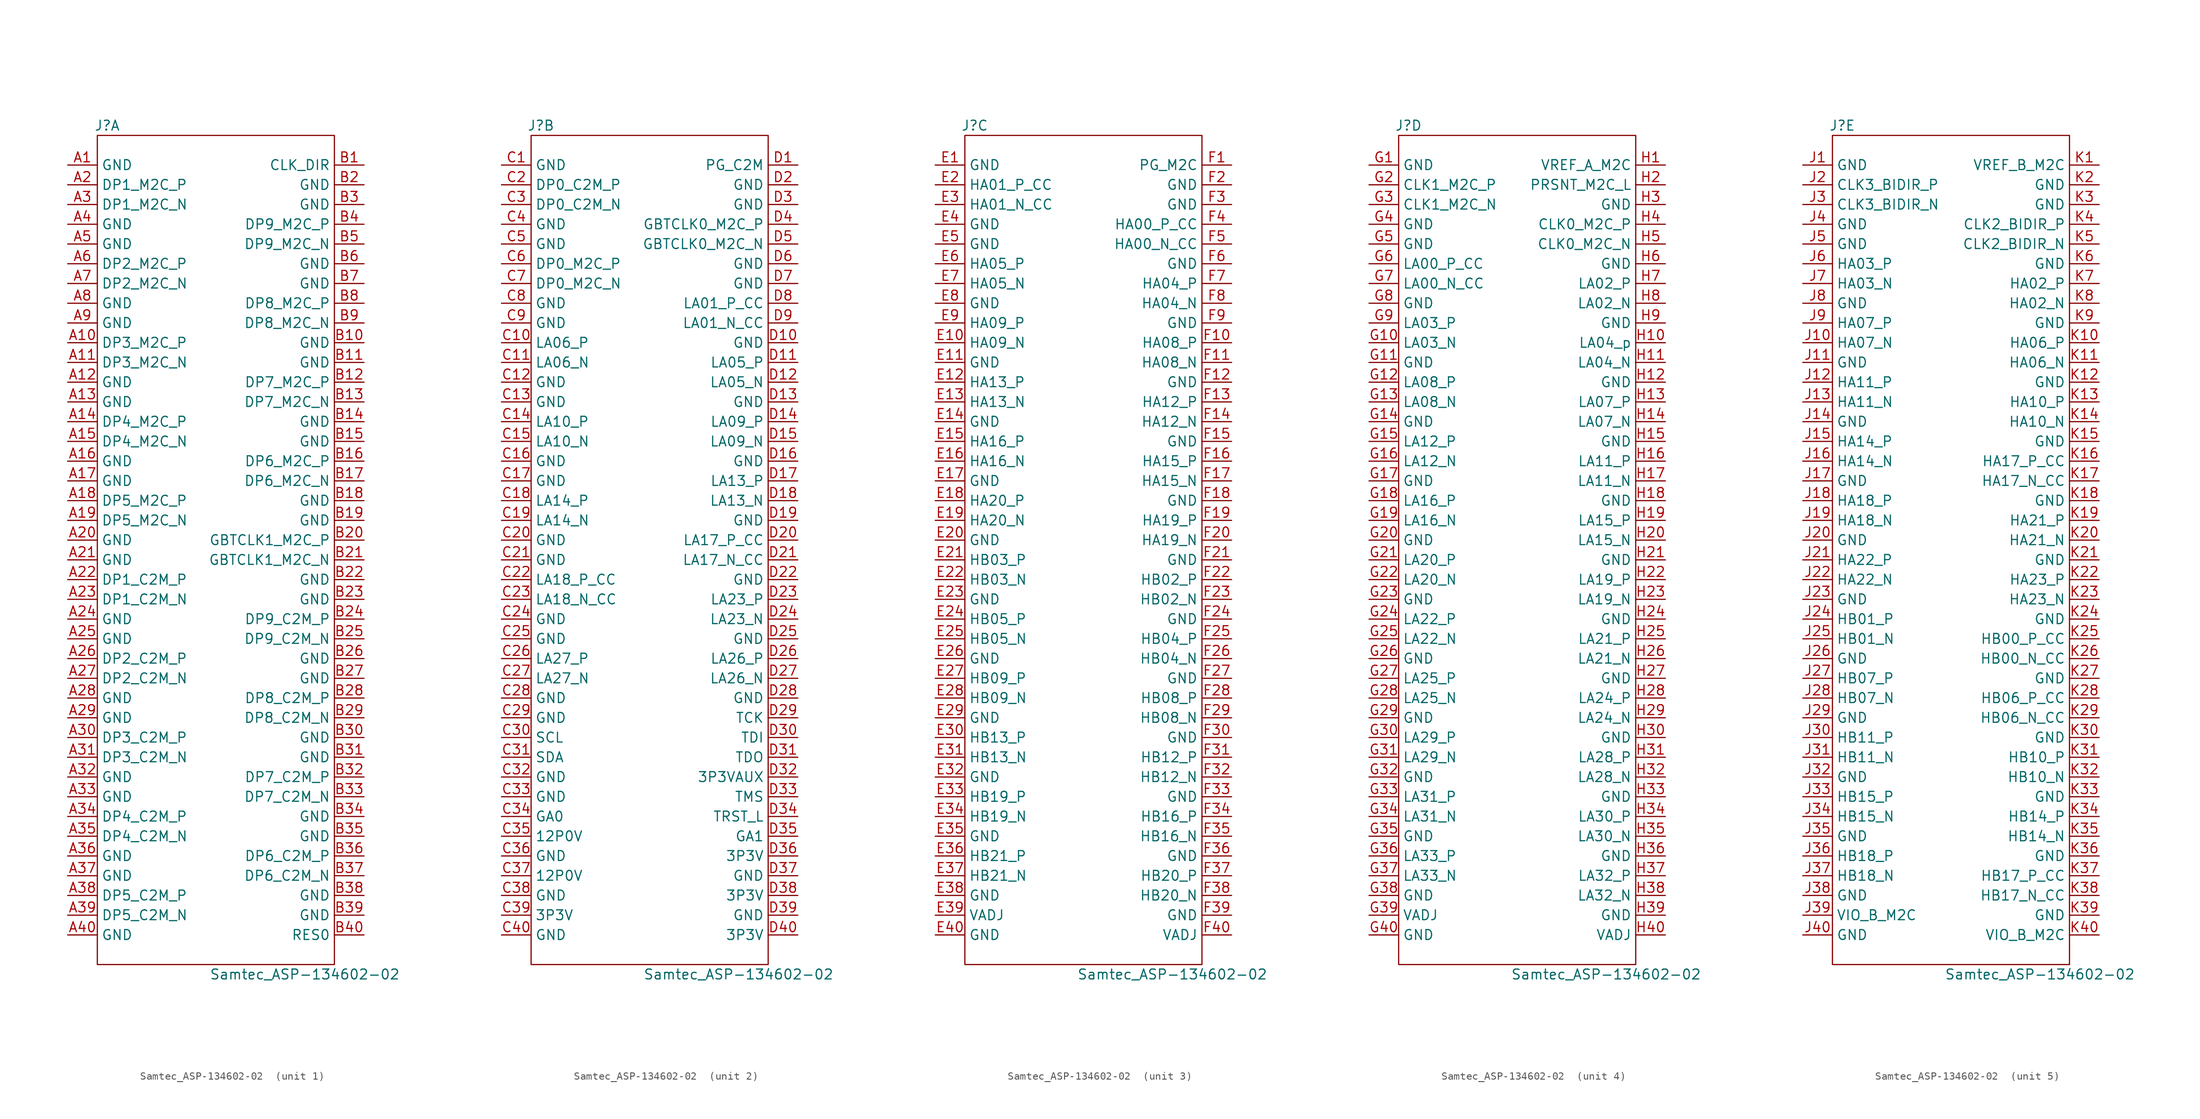
<source format=kicad_sym>
(kicad_symbol_lib
  (version 20211014)
  (generator kicad_symbol_editor)
  (symbol "Samtec_ASP-134602-02 "
    (property "Reference" "J"
      (at -13.97 54.61 0)
      (effects (font (size 1.27 1.27))))
    (property "Value" "Samtec_ASP-134602-02 "
      (at 11.43 -54.61 0)
      (effects (font (size 1.27 1.27))))
    (property "ki_locked" ""
      (at 0 0 0)
      (effects (font (size 1.27 1.27))))
    (symbol "Samtec_ASP-134602-02 _0_1"
      (rectangle (start -15.24 53.34) (end 15.24 -53.34) (stroke (width 0) (type default) (color 0 0 0 0)) (fill (type none))))
    (symbol "Samtec_ASP-134602-02 _1_1"
      (pin passive line (at -19.05 49.53 0) (length 3.81) (name "GND" (effects (font (size 1.27 1.27)))) (number "A1" (effects (font (size 1.27 1.27)))))
      (pin passive line (at -19.05 26.67 0) (length 3.81) (name "DP3_M2C_P" (effects (font (size 1.27 1.27)))) (number "A10" (effects (font (size 1.27 1.27)))))
      (pin passive line (at -19.05 24.13 0) (length 3.81) (name "DP3_M2C_N" (effects (font (size 1.27 1.27)))) (number "A11" (effects (font (size 1.27 1.27)))))
      (pin passive line (at -19.05 21.59 0) (length 3.81) (name "GND" (effects (font (size 1.27 1.27)))) (number "A12" (effects (font (size 1.27 1.27)))))
      (pin passive line (at -19.05 19.05 0) (length 3.81) (name "GND" (effects (font (size 1.27 1.27)))) (number "A13" (effects (font (size 1.27 1.27)))))
      (pin passive line (at -19.05 16.51 0) (length 3.81) (name "DP4_M2C_P" (effects (font (size 1.27 1.27)))) (number "A14" (effects (font (size 1.27 1.27)))))
      (pin passive line (at -19.05 13.97 0) (length 3.81) (name "DP4_M2C_N" (effects (font (size 1.27 1.27)))) (number "A15" (effects (font (size 1.27 1.27)))))
      (pin passive line (at -19.05 11.43 0) (length 3.81) (name "GND" (effects (font (size 1.27 1.27)))) (number "A16" (effects (font (size 1.27 1.27)))))
      (pin passive line (at -19.05 8.89 0) (length 3.81) (name "GND" (effects (font (size 1.27 1.27)))) (number "A17" (effects (font (size 1.27 1.27)))))
      (pin passive line (at -19.05 6.35 0) (length 3.81) (name "DP5_M2C_P" (effects (font (size 1.27 1.27)))) (number "A18" (effects (font (size 1.27 1.27)))))
      (pin passive line (at -19.05 3.81 0) (length 3.81) (name "DP5_M2C_N" (effects (font (size 1.27 1.27)))) (number "A19" (effects (font (size 1.27 1.27)))))
      (pin passive line (at -19.05 46.99 0) (length 3.81) (name "DP1_M2C_P" (effects (font (size 1.27 1.27)))) (number "A2" (effects (font (size 1.27 1.27)))))
      (pin passive line (at -19.05 1.27 0) (length 3.81) (name "GND" (effects (font (size 1.27 1.27)))) (number "A20" (effects (font (size 1.27 1.27)))))
      (pin passive line (at -19.05 -1.27 0) (length 3.81) (name "GND" (effects (font (size 1.27 1.27)))) (number "A21" (effects (font (size 1.27 1.27)))))
      (pin passive line (at -19.05 -3.81 0) (length 3.81) (name "DP1_C2M_P" (effects (font (size 1.27 1.27)))) (number "A22" (effects (font (size 1.27 1.27)))))
      (pin passive line (at -19.05 -6.35 0) (length 3.81) (name "DP1_C2M_N" (effects (font (size 1.27 1.27)))) (number "A23" (effects (font (size 1.27 1.27)))))
      (pin passive line (at -19.05 -8.89 0) (length 3.81) (name "GND" (effects (font (size 1.27 1.27)))) (number "A24" (effects (font (size 1.27 1.27)))))
      (pin passive line (at -19.05 -11.43 0) (length 3.81) (name "GND" (effects (font (size 1.27 1.27)))) (number "A25" (effects (font (size 1.27 1.27)))))
      (pin passive line (at -19.05 -13.97 0) (length 3.81) (name "DP2_C2M_P" (effects (font (size 1.27 1.27)))) (number "A26" (effects (font (size 1.27 1.27)))))
      (pin passive line (at -19.05 -16.51 0) (length 3.81) (name "DP2_C2M_N" (effects (font (size 1.27 1.27)))) (number "A27" (effects (font (size 1.27 1.27)))))
      (pin passive line (at -19.05 -19.05 0) (length 3.81) (name "GND" (effects (font (size 1.27 1.27)))) (number "A28" (effects (font (size 1.27 1.27)))))
      (pin passive line (at -19.05 -21.59 0) (length 3.81) (name "GND" (effects (font (size 1.27 1.27)))) (number "A29" (effects (font (size 1.27 1.27)))))
      (pin passive line (at -19.05 44.45 0) (length 3.81) (name "DP1_M2C_N" (effects (font (size 1.27 1.27)))) (number "A3" (effects (font (size 1.27 1.27)))))
      (pin passive line (at -19.05 -24.13 0) (length 3.81) (name "DP3_C2M_P" (effects (font (size 1.27 1.27)))) (number "A30" (effects (font (size 1.27 1.27)))))
      (pin passive line (at -19.05 -26.67 0) (length 3.81) (name "DP3_C2M_N" (effects (font (size 1.27 1.27)))) (number "A31" (effects (font (size 1.27 1.27)))))
      (pin passive line (at -19.05 -29.21 0) (length 3.81) (name "GND" (effects (font (size 1.27 1.27)))) (number "A32" (effects (font (size 1.27 1.27)))))
      (pin passive line (at -19.05 -31.75 0) (length 3.81) (name "GND" (effects (font (size 1.27 1.27)))) (number "A33" (effects (font (size 1.27 1.27)))))
      (pin passive line (at -19.05 -34.29 0) (length 3.81) (name "DP4_C2M_P" (effects (font (size 1.27 1.27)))) (number "A34" (effects (font (size 1.27 1.27)))))
      (pin passive line (at -19.05 -36.83 0) (length 3.81) (name "DP4_C2M_N" (effects (font (size 1.27 1.27)))) (number "A35" (effects (font (size 1.27 1.27)))))
      (pin passive line (at -19.05 -39.37 0) (length 3.81) (name "GND" (effects (font (size 1.27 1.27)))) (number "A36" (effects (font (size 1.27 1.27)))))
      (pin passive line (at -19.05 -41.91 0) (length 3.81) (name "GND" (effects (font (size 1.27 1.27)))) (number "A37" (effects (font (size 1.27 1.27)))))
      (pin passive line (at -19.05 -44.45 0) (length 3.81) (name "DP5_C2M_P" (effects (font (size 1.27 1.27)))) (number "A38" (effects (font (size 1.27 1.27)))))
      (pin passive line (at -19.05 -46.99 0) (length 3.81) (name "DP5_C2M_N" (effects (font (size 1.27 1.27)))) (number "A39" (effects (font (size 1.27 1.27)))))
      (pin passive line (at -19.05 41.91 0) (length 3.81) (name "GND" (effects (font (size 1.27 1.27)))) (number "A4" (effects (font (size 1.27 1.27)))))
      (pin passive line (at -19.05 -49.53 0) (length 3.81) (name "GND" (effects (font (size 1.27 1.27)))) (number "A40" (effects (font (size 1.27 1.27)))))
      (pin passive line (at -19.05 39.37 0) (length 3.81) (name "GND" (effects (font (size 1.27 1.27)))) (number "A5" (effects (font (size 1.27 1.27)))))
      (pin passive line (at -19.05 36.83 0) (length 3.81) (name "DP2_M2C_P" (effects (font (size 1.27 1.27)))) (number "A6" (effects (font (size 1.27 1.27)))))
      (pin passive line (at -19.05 34.29 0) (length 3.81) (name "DP2_M2C_N" (effects (font (size 1.27 1.27)))) (number "A7" (effects (font (size 1.27 1.27)))))
      (pin passive line (at -19.05 31.75 0) (length 3.81) (name "GND" (effects (font (size 1.27 1.27)))) (number "A8" (effects (font (size 1.27 1.27)))))
      (pin passive line (at -19.05 29.21 0) (length 3.81) (name "GND" (effects (font (size 1.27 1.27)))) (number "A9" (effects (font (size 1.27 1.27)))))
      (pin passive line (at 19.05 49.53 180) (length 3.81) (name "CLK_DIR" (effects (font (size 1.27 1.27)))) (number "B1" (effects (font (size 1.27 1.27)))))
      (pin passive line (at 19.05 26.67 180) (length 3.81) (name "GND" (effects (font (size 1.27 1.27)))) (number "B10" (effects (font (size 1.27 1.27)))))
      (pin passive line (at 19.05 24.13 180) (length 3.81) (name "GND" (effects (font (size 1.27 1.27)))) (number "B11" (effects (font (size 1.27 1.27)))))
      (pin passive line (at 19.05 21.59 180) (length 3.81) (name "DP7_M2C_P" (effects (font (size 1.27 1.27)))) (number "B12" (effects (font (size 1.27 1.27)))))
      (pin passive line (at 19.05 19.05 180) (length 3.81) (name "DP7_M2C_N" (effects (font (size 1.27 1.27)))) (number "B13" (effects (font (size 1.27 1.27)))))
      (pin passive line (at 19.05 16.51 180) (length 3.81) (name "GND" (effects (font (size 1.27 1.27)))) (number "B14" (effects (font (size 1.27 1.27)))))
      (pin passive line (at 19.05 13.97 180) (length 3.81) (name "GND" (effects (font (size 1.27 1.27)))) (number "B15" (effects (font (size 1.27 1.27)))))
      (pin passive line (at 19.05 11.43 180) (length 3.81) (name "DP6_M2C_P" (effects (font (size 1.27 1.27)))) (number "B16" (effects (font (size 1.27 1.27)))))
      (pin passive line (at 19.05 8.89 180) (length 3.81) (name "DP6_M2C_N" (effects (font (size 1.27 1.27)))) (number "B17" (effects (font (size 1.27 1.27)))))
      (pin passive line (at 19.05 6.35 180) (length 3.81) (name "GND" (effects (font (size 1.27 1.27)))) (number "B18" (effects (font (size 1.27 1.27)))))
      (pin passive line (at 19.05 3.81 180) (length 3.81) (name "GND" (effects (font (size 1.27 1.27)))) (number "B19" (effects (font (size 1.27 1.27)))))
      (pin passive line (at 19.05 46.99 180) (length 3.81) (name "GND" (effects (font (size 1.27 1.27)))) (number "B2" (effects (font (size 1.27 1.27)))))
      (pin passive line (at 19.05 1.27 180) (length 3.81) (name "GBTCLK1_M2C_P" (effects (font (size 1.27 1.27)))) (number "B20" (effects (font (size 1.27 1.27)))))
      (pin passive line (at 19.05 -1.27 180) (length 3.81) (name "GBTCLK1_M2C_N" (effects (font (size 1.27 1.27)))) (number "B21" (effects (font (size 1.27 1.27)))))
      (pin passive line (at 19.05 -3.81 180) (length 3.81) (name "GND" (effects (font (size 1.27 1.27)))) (number "B22" (effects (font (size 1.27 1.27)))))
      (pin passive line (at 19.05 -6.35 180) (length 3.81) (name "GND" (effects (font (size 1.27 1.27)))) (number "B23" (effects (font (size 1.27 1.27)))))
      (pin passive line (at 19.05 -8.89 180) (length 3.81) (name "DP9_C2M_P" (effects (font (size 1.27 1.27)))) (number "B24" (effects (font (size 1.27 1.27)))))
      (pin passive line (at 19.05 -11.43 180) (length 3.81) (name "DP9_C2M_N" (effects (font (size 1.27 1.27)))) (number "B25" (effects (font (size 1.27 1.27)))))
      (pin passive line (at 19.05 -13.97 180) (length 3.81) (name "GND" (effects (font (size 1.27 1.27)))) (number "B26" (effects (font (size 1.27 1.27)))))
      (pin passive line (at 19.05 -16.51 180) (length 3.81) (name "GND" (effects (font (size 1.27 1.27)))) (number "B27" (effects (font (size 1.27 1.27)))))
      (pin passive line (at 19.05 -19.05 180) (length 3.81) (name "DP8_C2M_P" (effects (font (size 1.27 1.27)))) (number "B28" (effects (font (size 1.27 1.27)))))
      (pin passive line (at 19.05 -21.59 180) (length 3.81) (name "DP8_C2M_N" (effects (font (size 1.27 1.27)))) (number "B29" (effects (font (size 1.27 1.27)))))
      (pin passive line (at 19.05 44.45 180) (length 3.81) (name "GND" (effects (font (size 1.27 1.27)))) (number "B3" (effects (font (size 1.27 1.27)))))
      (pin passive line (at 19.05 -24.13 180) (length 3.81) (name "GND" (effects (font (size 1.27 1.27)))) (number "B30" (effects (font (size 1.27 1.27)))))
      (pin passive line (at 19.05 -26.67 180) (length 3.81) (name "GND" (effects (font (size 1.27 1.27)))) (number "B31" (effects (font (size 1.27 1.27)))))
      (pin passive line (at 19.05 -29.21 180) (length 3.81) (name "DP7_C2M_P" (effects (font (size 1.27 1.27)))) (number "B32" (effects (font (size 1.27 1.27)))))
      (pin passive line (at 19.05 -31.75 180) (length 3.81) (name "DP7_C2M_N" (effects (font (size 1.27 1.27)))) (number "B33" (effects (font (size 1.27 1.27)))))
      (pin passive line (at 19.05 -34.29 180) (length 3.81) (name "GND" (effects (font (size 1.27 1.27)))) (number "B34" (effects (font (size 1.27 1.27)))))
      (pin passive line (at 19.05 -36.83 180) (length 3.81) (name "GND" (effects (font (size 1.27 1.27)))) (number "B35" (effects (font (size 1.27 1.27)))))
      (pin passive line (at 19.05 -39.37 180) (length 3.81) (name "DP6_C2M_P" (effects (font (size 1.27 1.27)))) (number "B36" (effects (font (size 1.27 1.27)))))
      (pin passive line (at 19.05 -41.91 180) (length 3.81) (name "DP6_C2M_N" (effects (font (size 1.27 1.27)))) (number "B37" (effects (font (size 1.27 1.27)))))
      (pin passive line (at 19.05 -44.45 180) (length 3.81) (name "GND" (effects (font (size 1.27 1.27)))) (number "B38" (effects (font (size 1.27 1.27)))))
      (pin passive line (at 19.05 -46.99 180) (length 3.81) (name "GND" (effects (font (size 1.27 1.27)))) (number "B39" (effects (font (size 1.27 1.27)))))
      (pin passive line (at 19.05 41.91 180) (length 3.81) (name "DP9_M2C_P" (effects (font (size 1.27 1.27)))) (number "B4" (effects (font (size 1.27 1.27)))))
      (pin passive line (at 19.05 -49.53 180) (length 3.81) (name "RES0" (effects (font (size 1.27 1.27)))) (number "B40" (effects (font (size 1.27 1.27)))))
      (pin passive line (at 19.05 39.37 180) (length 3.81) (name "DP9_M2C_N" (effects (font (size 1.27 1.27)))) (number "B5" (effects (font (size 1.27 1.27)))))
      (pin passive line (at 19.05 36.83 180) (length 3.81) (name "GND" (effects (font (size 1.27 1.27)))) (number "B6" (effects (font (size 1.27 1.27)))))
      (pin passive line (at 19.05 34.29 180) (length 3.81) (name "GND" (effects (font (size 1.27 1.27)))) (number "B7" (effects (font (size 1.27 1.27)))))
      (pin passive line (at 19.05 31.75 180) (length 3.81) (name "DP8_M2C_P" (effects (font (size 1.27 1.27)))) (number "B8" (effects (font (size 1.27 1.27)))))
      (pin passive line (at 19.05 29.21 180) (length 3.81) (name "DP8_M2C_N" (effects (font (size 1.27 1.27)))) (number "B9" (effects (font (size 1.27 1.27))))))
    (symbol "Samtec_ASP-134602-02 _2_1"
      (pin passive line (at -19.05 49.53 0) (length 3.81) (name "GND" (effects (font (size 1.27 1.27)))) (number "C1" (effects (font (size 1.27 1.27)))))
      (pin passive line (at -19.05 26.67 0) (length 3.81) (name "LA06_P" (effects (font (size 1.27 1.27)))) (number "C10" (effects (font (size 1.27 1.27)))))
      (pin passive line (at -19.05 24.13 0) (length 3.81) (name "LA06_N" (effects (font (size 1.27 1.27)))) (number "C11" (effects (font (size 1.27 1.27)))))
      (pin passive line (at -19.05 21.59 0) (length 3.81) (name "GND" (effects (font (size 1.27 1.27)))) (number "C12" (effects (font (size 1.27 1.27)))))
      (pin passive line (at -19.05 19.05 0) (length 3.81) (name "GND" (effects (font (size 1.27 1.27)))) (number "C13" (effects (font (size 1.27 1.27)))))
      (pin passive line (at -19.05 16.51 0) (length 3.81) (name "LA10_P" (effects (font (size 1.27 1.27)))) (number "C14" (effects (font (size 1.27 1.27)))))
      (pin passive line (at -19.05 13.97 0) (length 3.81) (name "LA10_N" (effects (font (size 1.27 1.27)))) (number "C15" (effects (font (size 1.27 1.27)))))
      (pin passive line (at -19.05 11.43 0) (length 3.81) (name "GND" (effects (font (size 1.27 1.27)))) (number "C16" (effects (font (size 1.27 1.27)))))
      (pin passive line (at -19.05 8.89 0) (length 3.81) (name "GND" (effects (font (size 1.27 1.27)))) (number "C17" (effects (font (size 1.27 1.27)))))
      (pin passive line (at -19.05 6.35 0) (length 3.81) (name "LA14_P" (effects (font (size 1.27 1.27)))) (number "C18" (effects (font (size 1.27 1.27)))))
      (pin passive line (at -19.05 3.81 0) (length 3.81) (name "LA14_N" (effects (font (size 1.27 1.27)))) (number "C19" (effects (font (size 1.27 1.27)))))
      (pin passive line (at -19.05 46.99 0) (length 3.81) (name "DP0_C2M_P" (effects (font (size 1.27 1.27)))) (number "C2" (effects (font (size 1.27 1.27)))))
      (pin passive line (at -19.05 1.27 0) (length 3.81) (name "GND" (effects (font (size 1.27 1.27)))) (number "C20" (effects (font (size 1.27 1.27)))))
      (pin passive line (at -19.05 -1.27 0) (length 3.81) (name "GND" (effects (font (size 1.27 1.27)))) (number "C21" (effects (font (size 1.27 1.27)))))
      (pin passive line (at -19.05 -3.81 0) (length 3.81) (name "LA18_P_CC" (effects (font (size 1.27 1.27)))) (number "C22" (effects (font (size 1.27 1.27)))))
      (pin passive line (at -19.05 -6.35 0) (length 3.81) (name "LA18_N_CC" (effects (font (size 1.27 1.27)))) (number "C23" (effects (font (size 1.27 1.27)))))
      (pin passive line (at -19.05 -8.89 0) (length 3.81) (name "GND" (effects (font (size 1.27 1.27)))) (number "C24" (effects (font (size 1.27 1.27)))))
      (pin passive line (at -19.05 -11.43 0) (length 3.81) (name "GND" (effects (font (size 1.27 1.27)))) (number "C25" (effects (font (size 1.27 1.27)))))
      (pin passive line (at -19.05 -13.97 0) (length 3.81) (name "LA27_P" (effects (font (size 1.27 1.27)))) (number "C26" (effects (font (size 1.27 1.27)))))
      (pin passive line (at -19.05 -16.51 0) (length 3.81) (name "LA27_N" (effects (font (size 1.27 1.27)))) (number "C27" (effects (font (size 1.27 1.27)))))
      (pin passive line (at -19.05 -19.05 0) (length 3.81) (name "GND" (effects (font (size 1.27 1.27)))) (number "C28" (effects (font (size 1.27 1.27)))))
      (pin passive line (at -19.05 -21.59 0) (length 3.81) (name "GND" (effects (font (size 1.27 1.27)))) (number "C29" (effects (font (size 1.27 1.27)))))
      (pin passive line (at -19.05 44.45 0) (length 3.81) (name "DP0_C2M_N" (effects (font (size 1.27 1.27)))) (number "C3" (effects (font (size 1.27 1.27)))))
      (pin passive line (at -19.05 -24.13 0) (length 3.81) (name "SCL" (effects (font (size 1.27 1.27)))) (number "C30" (effects (font (size 1.27 1.27)))))
      (pin passive line (at -19.05 -26.67 0) (length 3.81) (name "SDA" (effects (font (size 1.27 1.27)))) (number "C31" (effects (font (size 1.27 1.27)))))
      (pin passive line (at -19.05 -29.21 0) (length 3.81) (name "GND" (effects (font (size 1.27 1.27)))) (number "C32" (effects (font (size 1.27 1.27)))))
      (pin passive line (at -19.05 -31.75 0) (length 3.81) (name "GND" (effects (font (size 1.27 1.27)))) (number "C33" (effects (font (size 1.27 1.27)))))
      (pin passive line (at -19.05 -34.29 0) (length 3.81) (name "GA0" (effects (font (size 1.27 1.27)))) (number "C34" (effects (font (size 1.27 1.27)))))
      (pin passive line (at -19.05 -36.83 0) (length 3.81) (name "12P0V" (effects (font (size 1.27 1.27)))) (number "C35" (effects (font (size 1.27 1.27)))))
      (pin passive line (at -19.05 -39.37 0) (length 3.81) (name "GND" (effects (font (size 1.27 1.27)))) (number "C36" (effects (font (size 1.27 1.27)))))
      (pin passive line (at -19.05 -41.91 0) (length 3.81) (name "12P0V" (effects (font (size 1.27 1.27)))) (number "C37" (effects (font (size 1.27 1.27)))))
      (pin passive line (at -19.05 -44.45 0) (length 3.81) (name "GND" (effects (font (size 1.27 1.27)))) (number "C38" (effects (font (size 1.27 1.27)))))
      (pin passive line (at -19.05 -46.99 0) (length 3.81) (name "3P3V" (effects (font (size 1.27 1.27)))) (number "C39" (effects (font (size 1.27 1.27)))))
      (pin passive line (at -19.05 41.91 0) (length 3.81) (name "GND" (effects (font (size 1.27 1.27)))) (number "C4" (effects (font (size 1.27 1.27)))))
      (pin passive line (at -19.05 -49.53 0) (length 3.81) (name "GND" (effects (font (size 1.27 1.27)))) (number "C40" (effects (font (size 1.27 1.27)))))
      (pin passive line (at -19.05 39.37 0) (length 3.81) (name "GND" (effects (font (size 1.27 1.27)))) (number "C5" (effects (font (size 1.27 1.27)))))
      (pin passive line (at -19.05 36.83 0) (length 3.81) (name "DP0_M2C_P" (effects (font (size 1.27 1.27)))) (number "C6" (effects (font (size 1.27 1.27)))))
      (pin passive line (at -19.05 34.29 0) (length 3.81) (name "DP0_M2C_N" (effects (font (size 1.27 1.27)))) (number "C7" (effects (font (size 1.27 1.27)))))
      (pin passive line (at -19.05 31.75 0) (length 3.81) (name "GND" (effects (font (size 1.27 1.27)))) (number "C8" (effects (font (size 1.27 1.27)))))
      (pin passive line (at -19.05 29.21 0) (length 3.81) (name "GND" (effects (font (size 1.27 1.27)))) (number "C9" (effects (font (size 1.27 1.27)))))
      (pin passive line (at 19.05 49.53 180) (length 3.81) (name "PG_C2M" (effects (font (size 1.27 1.27)))) (number "D1" (effects (font (size 1.27 1.27)))))
      (pin passive line (at 19.05 26.67 180) (length 3.81) (name "GND" (effects (font (size 1.27 1.27)))) (number "D10" (effects (font (size 1.27 1.27)))))
      (pin passive line (at 19.05 24.13 180) (length 3.81) (name "LA05_P" (effects (font (size 1.27 1.27)))) (number "D11" (effects (font (size 1.27 1.27)))))
      (pin passive line (at 19.05 21.59 180) (length 3.81) (name "LA05_N" (effects (font (size 1.27 1.27)))) (number "D12" (effects (font (size 1.27 1.27)))))
      (pin passive line (at 19.05 19.05 180) (length 3.81) (name "GND" (effects (font (size 1.27 1.27)))) (number "D13" (effects (font (size 1.27 1.27)))))
      (pin passive line (at 19.05 16.51 180) (length 3.81) (name "LA09_P" (effects (font (size 1.27 1.27)))) (number "D14" (effects (font (size 1.27 1.27)))))
      (pin passive line (at 19.05 13.97 180) (length 3.81) (name "LA09_N" (effects (font (size 1.27 1.27)))) (number "D15" (effects (font (size 1.27 1.27)))))
      (pin passive line (at 19.05 11.43 180) (length 3.81) (name "GND" (effects (font (size 1.27 1.27)))) (number "D16" (effects (font (size 1.27 1.27)))))
      (pin passive line (at 19.05 8.89 180) (length 3.81) (name "LA13_P" (effects (font (size 1.27 1.27)))) (number "D17" (effects (font (size 1.27 1.27)))))
      (pin passive line (at 19.05 6.35 180) (length 3.81) (name "LA13_N" (effects (font (size 1.27 1.27)))) (number "D18" (effects (font (size 1.27 1.27)))))
      (pin passive line (at 19.05 3.81 180) (length 3.81) (name "GND" (effects (font (size 1.27 1.27)))) (number "D19" (effects (font (size 1.27 1.27)))))
      (pin passive line (at 19.05 46.99 180) (length 3.81) (name "GND" (effects (font (size 1.27 1.27)))) (number "D2" (effects (font (size 1.27 1.27)))))
      (pin passive line (at 19.05 1.27 180) (length 3.81) (name "LA17_P_CC" (effects (font (size 1.27 1.27)))) (number "D20" (effects (font (size 1.27 1.27)))))
      (pin passive line (at 19.05 -1.27 180) (length 3.81) (name "LA17_N_CC" (effects (font (size 1.27 1.27)))) (number "D21" (effects (font (size 1.27 1.27)))))
      (pin passive line (at 19.05 -3.81 180) (length 3.81) (name "GND" (effects (font (size 1.27 1.27)))) (number "D22" (effects (font (size 1.27 1.27)))))
      (pin passive line (at 19.05 -6.35 180) (length 3.81) (name "LA23_P" (effects (font (size 1.27 1.27)))) (number "D23" (effects (font (size 1.27 1.27)))))
      (pin passive line (at 19.05 -8.89 180) (length 3.81) (name "LA23_N" (effects (font (size 1.27 1.27)))) (number "D24" (effects (font (size 1.27 1.27)))))
      (pin passive line (at 19.05 -11.43 180) (length 3.81) (name "GND" (effects (font (size 1.27 1.27)))) (number "D25" (effects (font (size 1.27 1.27)))))
      (pin passive line (at 19.05 -13.97 180) (length 3.81) (name "LA26_P" (effects (font (size 1.27 1.27)))) (number "D26" (effects (font (size 1.27 1.27)))))
      (pin passive line (at 19.05 -16.51 180) (length 3.81) (name "LA26_N" (effects (font (size 1.27 1.27)))) (number "D27" (effects (font (size 1.27 1.27)))))
      (pin passive line (at 19.05 -19.05 180) (length 3.81) (name "GND" (effects (font (size 1.27 1.27)))) (number "D28" (effects (font (size 1.27 1.27)))))
      (pin passive line (at 19.05 -21.59 180) (length 3.81) (name "TCK" (effects (font (size 1.27 1.27)))) (number "D29" (effects (font (size 1.27 1.27)))))
      (pin passive line (at 19.05 44.45 180) (length 3.81) (name "GND" (effects (font (size 1.27 1.27)))) (number "D3" (effects (font (size 1.27 1.27)))))
      (pin passive line (at 19.05 -24.13 180) (length 3.81) (name "TDI" (effects (font (size 1.27 1.27)))) (number "D30" (effects (font (size 1.27 1.27)))))
      (pin passive line (at 19.05 -26.67 180) (length 3.81) (name "TDO" (effects (font (size 1.27 1.27)))) (number "D31" (effects (font (size 1.27 1.27)))))
      (pin passive line (at 19.05 -29.21 180) (length 3.81) (name "3P3VAUX" (effects (font (size 1.27 1.27)))) (number "D32" (effects (font (size 1.27 1.27)))))
      (pin passive line (at 19.05 -31.75 180) (length 3.81) (name "TMS" (effects (font (size 1.27 1.27)))) (number "D33" (effects (font (size 1.27 1.27)))))
      (pin passive line (at 19.05 -34.29 180) (length 3.81) (name "TRST_L" (effects (font (size 1.27 1.27)))) (number "D34" (effects (font (size 1.27 1.27)))))
      (pin passive line (at 19.05 -36.83 180) (length 3.81) (name "GA1" (effects (font (size 1.27 1.27)))) (number "D35" (effects (font (size 1.27 1.27)))))
      (pin passive line (at 19.05 -39.37 180) (length 3.81) (name "3P3V" (effects (font (size 1.27 1.27)))) (number "D36" (effects (font (size 1.27 1.27)))))
      (pin passive line (at 19.05 -41.91 180) (length 3.81) (name "GND" (effects (font (size 1.27 1.27)))) (number "D37" (effects (font (size 1.27 1.27)))))
      (pin passive line (at 19.05 -44.45 180) (length 3.81) (name "3P3V" (effects (font (size 1.27 1.27)))) (number "D38" (effects (font (size 1.27 1.27)))))
      (pin passive line (at 19.05 -46.99 180) (length 3.81) (name "GND" (effects (font (size 1.27 1.27)))) (number "D39" (effects (font (size 1.27 1.27)))))
      (pin passive line (at 19.05 41.91 180) (length 3.81) (name "GBTCLK0_M2C_P" (effects (font (size 1.27 1.27)))) (number "D4" (effects (font (size 1.27 1.27)))))
      (pin passive line (at 19.05 -49.53 180) (length 3.81) (name "3P3V" (effects (font (size 1.27 1.27)))) (number "D40" (effects (font (size 1.27 1.27)))))
      (pin passive line (at 19.05 39.37 180) (length 3.81) (name "GBTCLK0_M2C_N" (effects (font (size 1.27 1.27)))) (number "D5" (effects (font (size 1.27 1.27)))))
      (pin passive line (at 19.05 36.83 180) (length 3.81) (name "GND" (effects (font (size 1.27 1.27)))) (number "D6" (effects (font (size 1.27 1.27)))))
      (pin passive line (at 19.05 34.29 180) (length 3.81) (name "GND" (effects (font (size 1.27 1.27)))) (number "D7" (effects (font (size 1.27 1.27)))))
      (pin passive line (at 19.05 31.75 180) (length 3.81) (name "LA01_P_CC" (effects (font (size 1.27 1.27)))) (number "D8" (effects (font (size 1.27 1.27)))))
      (pin passive line (at 19.05 29.21 180) (length 3.81) (name "LA01_N_CC" (effects (font (size 1.27 1.27)))) (number "D9" (effects (font (size 1.27 1.27))))))
    (symbol "Samtec_ASP-134602-02 _3_1"
      (pin passive line (at -19.05 49.53 0) (length 3.81) (name "GND" (effects (font (size 1.27 1.27)))) (number "E1" (effects (font (size 1.27 1.27)))))
      (pin passive line (at -19.05 26.67 0) (length 3.81) (name "HA09_N" (effects (font (size 1.27 1.27)))) (number "E10" (effects (font (size 1.27 1.27)))))
      (pin passive line (at -19.05 24.13 0) (length 3.81) (name "GND" (effects (font (size 1.27 1.27)))) (number "E11" (effects (font (size 1.27 1.27)))))
      (pin passive line (at -19.05 21.59 0) (length 3.81) (name "HA13_P" (effects (font (size 1.27 1.27)))) (number "E12" (effects (font (size 1.27 1.27)))))
      (pin passive line (at -19.05 19.05 0) (length 3.81) (name "HA13_N" (effects (font (size 1.27 1.27)))) (number "E13" (effects (font (size 1.27 1.27)))))
      (pin passive line (at -19.05 16.51 0) (length 3.81) (name "GND" (effects (font (size 1.27 1.27)))) (number "E14" (effects (font (size 1.27 1.27)))))
      (pin passive line (at -19.05 13.97 0) (length 3.81) (name "HA16_P" (effects (font (size 1.27 1.27)))) (number "E15" (effects (font (size 1.27 1.27)))))
      (pin passive line (at -19.05 11.43 0) (length 3.81) (name "HA16_N" (effects (font (size 1.27 1.27)))) (number "E16" (effects (font (size 1.27 1.27)))))
      (pin passive line (at -19.05 8.89 0) (length 3.81) (name "GND" (effects (font (size 1.27 1.27)))) (number "E17" (effects (font (size 1.27 1.27)))))
      (pin passive line (at -19.05 6.35 0) (length 3.81) (name "HA20_P" (effects (font (size 1.27 1.27)))) (number "E18" (effects (font (size 1.27 1.27)))))
      (pin passive line (at -19.05 3.81 0) (length 3.81) (name "HA20_N" (effects (font (size 1.27 1.27)))) (number "E19" (effects (font (size 1.27 1.27)))))
      (pin passive line (at -19.05 46.99 0) (length 3.81) (name "HA01_P_CC" (effects (font (size 1.27 1.27)))) (number "E2" (effects (font (size 1.27 1.27)))))
      (pin passive line (at -19.05 1.27 0) (length 3.81) (name "GND" (effects (font (size 1.27 1.27)))) (number "E20" (effects (font (size 1.27 1.27)))))
      (pin passive line (at -19.05 -1.27 0) (length 3.81) (name "HB03_P" (effects (font (size 1.27 1.27)))) (number "E21" (effects (font (size 1.27 1.27)))))
      (pin passive line (at -19.05 -3.81 0) (length 3.81) (name "HB03_N" (effects (font (size 1.27 1.27)))) (number "E22" (effects (font (size 1.27 1.27)))))
      (pin passive line (at -19.05 -6.35 0) (length 3.81) (name "GND" (effects (font (size 1.27 1.27)))) (number "E23" (effects (font (size 1.27 1.27)))))
      (pin passive line (at -19.05 -8.89 0) (length 3.81) (name "HB05_P" (effects (font (size 1.27 1.27)))) (number "E24" (effects (font (size 1.27 1.27)))))
      (pin passive line (at -19.05 -11.43 0) (length 3.81) (name "HB05_N" (effects (font (size 1.27 1.27)))) (number "E25" (effects (font (size 1.27 1.27)))))
      (pin passive line (at -19.05 -13.97 0) (length 3.81) (name "GND" (effects (font (size 1.27 1.27)))) (number "E26" (effects (font (size 1.27 1.27)))))
      (pin passive line (at -19.05 -16.51 0) (length 3.81) (name "HB09_P" (effects (font (size 1.27 1.27)))) (number "E27" (effects (font (size 1.27 1.27)))))
      (pin passive line (at -19.05 -19.05 0) (length 3.81) (name "HB09_N" (effects (font (size 1.27 1.27)))) (number "E28" (effects (font (size 1.27 1.27)))))
      (pin passive line (at -19.05 -21.59 0) (length 3.81) (name "GND" (effects (font (size 1.27 1.27)))) (number "E29" (effects (font (size 1.27 1.27)))))
      (pin passive line (at -19.05 44.45 0) (length 3.81) (name "HA01_N_CC" (effects (font (size 1.27 1.27)))) (number "E3" (effects (font (size 1.27 1.27)))))
      (pin passive line (at -19.05 -24.13 0) (length 3.81) (name "HB13_P" (effects (font (size 1.27 1.27)))) (number "E30" (effects (font (size 1.27 1.27)))))
      (pin passive line (at -19.05 -26.67 0) (length 3.81) (name "HB13_N" (effects (font (size 1.27 1.27)))) (number "E31" (effects (font (size 1.27 1.27)))))
      (pin passive line (at -19.05 -29.21 0) (length 3.81) (name "GND" (effects (font (size 1.27 1.27)))) (number "E32" (effects (font (size 1.27 1.27)))))
      (pin passive line (at -19.05 -31.75 0) (length 3.81) (name "HB19_P" (effects (font (size 1.27 1.27)))) (number "E33" (effects (font (size 1.27 1.27)))))
      (pin passive line (at -19.05 -34.29 0) (length 3.81) (name "HB19_N" (effects (font (size 1.27 1.27)))) (number "E34" (effects (font (size 1.27 1.27)))))
      (pin passive line (at -19.05 -36.83 0) (length 3.81) (name "GND" (effects (font (size 1.27 1.27)))) (number "E35" (effects (font (size 1.27 1.27)))))
      (pin passive line (at -19.05 -39.37 0) (length 3.81) (name "HB21_P" (effects (font (size 1.27 1.27)))) (number "E36" (effects (font (size 1.27 1.27)))))
      (pin passive line (at -19.05 -41.91 0) (length 3.81) (name "HB21_N" (effects (font (size 1.27 1.27)))) (number "E37" (effects (font (size 1.27 1.27)))))
      (pin passive line (at -19.05 -44.45 0) (length 3.81) (name "GND" (effects (font (size 1.27 1.27)))) (number "E38" (effects (font (size 1.27 1.27)))))
      (pin passive line (at -19.05 -46.99 0) (length 3.81) (name "VADJ" (effects (font (size 1.27 1.27)))) (number "E39" (effects (font (size 1.27 1.27)))))
      (pin passive line (at -19.05 41.91 0) (length 3.81) (name "GND" (effects (font (size 1.27 1.27)))) (number "E4" (effects (font (size 1.27 1.27)))))
      (pin passive line (at -19.05 -49.53 0) (length 3.81) (name "GND" (effects (font (size 1.27 1.27)))) (number "E40" (effects (font (size 1.27 1.27)))))
      (pin passive line (at -19.05 39.37 0) (length 3.81) (name "GND" (effects (font (size 1.27 1.27)))) (number "E5" (effects (font (size 1.27 1.27)))))
      (pin passive line (at -19.05 36.83 0) (length 3.81) (name "HA05_P" (effects (font (size 1.27 1.27)))) (number "E6" (effects (font (size 1.27 1.27)))))
      (pin passive line (at -19.05 34.29 0) (length 3.81) (name "HA05_N" (effects (font (size 1.27 1.27)))) (number "E7" (effects (font (size 1.27 1.27)))))
      (pin passive line (at -19.05 31.75 0) (length 3.81) (name "GND" (effects (font (size 1.27 1.27)))) (number "E8" (effects (font (size 1.27 1.27)))))
      (pin passive line (at -19.05 29.21 0) (length 3.81) (name "HA09_P" (effects (font (size 1.27 1.27)))) (number "E9" (effects (font (size 1.27 1.27)))))
      (pin passive line (at 19.05 49.53 180) (length 3.81) (name "PG_M2C" (effects (font (size 1.27 1.27)))) (number "F1" (effects (font (size 1.27 1.27)))))
      (pin passive line (at 19.05 26.67 180) (length 3.81) (name "HA08_P" (effects (font (size 1.27 1.27)))) (number "F10" (effects (font (size 1.27 1.27)))))
      (pin passive line (at 19.05 24.13 180) (length 3.81) (name "HA08_N" (effects (font (size 1.27 1.27)))) (number "F11" (effects (font (size 1.27 1.27)))))
      (pin passive line (at 19.05 21.59 180) (length 3.81) (name "GND" (effects (font (size 1.27 1.27)))) (number "F12" (effects (font (size 1.27 1.27)))))
      (pin passive line (at 19.05 19.05 180) (length 3.81) (name "HA12_P" (effects (font (size 1.27 1.27)))) (number "F13" (effects (font (size 1.27 1.27)))))
      (pin passive line (at 19.05 16.51 180) (length 3.81) (name "HA12_N" (effects (font (size 1.27 1.27)))) (number "F14" (effects (font (size 1.27 1.27)))))
      (pin passive line (at 19.05 13.97 180) (length 3.81) (name "GND" (effects (font (size 1.27 1.27)))) (number "F15" (effects (font (size 1.27 1.27)))))
      (pin passive line (at 19.05 11.43 180) (length 3.81) (name "HA15_P" (effects (font (size 1.27 1.27)))) (number "F16" (effects (font (size 1.27 1.27)))))
      (pin passive line (at 19.05 8.89 180) (length 3.81) (name "HA15_N" (effects (font (size 1.27 1.27)))) (number "F17" (effects (font (size 1.27 1.27)))))
      (pin passive line (at 19.05 6.35 180) (length 3.81) (name "GND" (effects (font (size 1.27 1.27)))) (number "F18" (effects (font (size 1.27 1.27)))))
      (pin passive line (at 19.05 3.81 180) (length 3.81) (name "HA19_P" (effects (font (size 1.27 1.27)))) (number "F19" (effects (font (size 1.27 1.27)))))
      (pin passive line (at 19.05 46.99 180) (length 3.81) (name "GND" (effects (font (size 1.27 1.27)))) (number "F2" (effects (font (size 1.27 1.27)))))
      (pin passive line (at 19.05 1.27 180) (length 3.81) (name "HA19_N" (effects (font (size 1.27 1.27)))) (number "F20" (effects (font (size 1.27 1.27)))))
      (pin passive line (at 19.05 -1.27 180) (length 3.81) (name "GND" (effects (font (size 1.27 1.27)))) (number "F21" (effects (font (size 1.27 1.27)))))
      (pin passive line (at 19.05 -3.81 180) (length 3.81) (name "HB02_P" (effects (font (size 1.27 1.27)))) (number "F22" (effects (font (size 1.27 1.27)))))
      (pin passive line (at 19.05 -6.35 180) (length 3.81) (name "HB02_N" (effects (font (size 1.27 1.27)))) (number "F23" (effects (font (size 1.27 1.27)))))
      (pin passive line (at 19.05 -8.89 180) (length 3.81) (name "GND" (effects (font (size 1.27 1.27)))) (number "F24" (effects (font (size 1.27 1.27)))))
      (pin passive line (at 19.05 -11.43 180) (length 3.81) (name "HB04_P" (effects (font (size 1.27 1.27)))) (number "F25" (effects (font (size 1.27 1.27)))))
      (pin passive line (at 19.05 -13.97 180) (length 3.81) (name "HB04_N" (effects (font (size 1.27 1.27)))) (number "F26" (effects (font (size 1.27 1.27)))))
      (pin passive line (at 19.05 -16.51 180) (length 3.81) (name "GND" (effects (font (size 1.27 1.27)))) (number "F27" (effects (font (size 1.27 1.27)))))
      (pin passive line (at 19.05 -19.05 180) (length 3.81) (name "HB08_P" (effects (font (size 1.27 1.27)))) (number "F28" (effects (font (size 1.27 1.27)))))
      (pin passive line (at 19.05 -21.59 180) (length 3.81) (name "HB08_N" (effects (font (size 1.27 1.27)))) (number "F29" (effects (font (size 1.27 1.27)))))
      (pin passive line (at 19.05 44.45 180) (length 3.81) (name "GND" (effects (font (size 1.27 1.27)))) (number "F3" (effects (font (size 1.27 1.27)))))
      (pin passive line (at 19.05 -24.13 180) (length 3.81) (name "GND" (effects (font (size 1.27 1.27)))) (number "F30" (effects (font (size 1.27 1.27)))))
      (pin passive line (at 19.05 -26.67 180) (length 3.81) (name "HB12_P" (effects (font (size 1.27 1.27)))) (number "F31" (effects (font (size 1.27 1.27)))))
      (pin passive line (at 19.05 -29.21 180) (length 3.81) (name "HB12_N" (effects (font (size 1.27 1.27)))) (number "F32" (effects (font (size 1.27 1.27)))))
      (pin passive line (at 19.05 -31.75 180) (length 3.81) (name "GND" (effects (font (size 1.27 1.27)))) (number "F33" (effects (font (size 1.27 1.27)))))
      (pin passive line (at 19.05 -34.29 180) (length 3.81) (name "HB16_P" (effects (font (size 1.27 1.27)))) (number "F34" (effects (font (size 1.27 1.27)))))
      (pin passive line (at 19.05 -36.83 180) (length 3.81) (name "HB16_N" (effects (font (size 1.27 1.27)))) (number "F35" (effects (font (size 1.27 1.27)))))
      (pin passive line (at 19.05 -39.37 180) (length 3.81) (name "GND" (effects (font (size 1.27 1.27)))) (number "F36" (effects (font (size 1.27 1.27)))))
      (pin passive line (at 19.05 -41.91 180) (length 3.81) (name "HB20_P" (effects (font (size 1.27 1.27)))) (number "F37" (effects (font (size 1.27 1.27)))))
      (pin passive line (at 19.05 -44.45 180) (length 3.81) (name "HB20_N" (effects (font (size 1.27 1.27)))) (number "F38" (effects (font (size 1.27 1.27)))))
      (pin passive line (at 19.05 -46.99 180) (length 3.81) (name "GND" (effects (font (size 1.27 1.27)))) (number "F39" (effects (font (size 1.27 1.27)))))
      (pin passive line (at 19.05 41.91 180) (length 3.81) (name "HA00_P_CC" (effects (font (size 1.27 1.27)))) (number "F4" (effects (font (size 1.27 1.27)))))
      (pin passive line (at 19.05 -49.53 180) (length 3.81) (name "VADJ" (effects (font (size 1.27 1.27)))) (number "F40" (effects (font (size 1.27 1.27)))))
      (pin passive line (at 19.05 39.37 180) (length 3.81) (name "HA00_N_CC" (effects (font (size 1.27 1.27)))) (number "F5" (effects (font (size 1.27 1.27)))))
      (pin passive line (at 19.05 36.83 180) (length 3.81) (name "GND" (effects (font (size 1.27 1.27)))) (number "F6" (effects (font (size 1.27 1.27)))))
      (pin passive line (at 19.05 34.29 180) (length 3.81) (name "HA04_P" (effects (font (size 1.27 1.27)))) (number "F7" (effects (font (size 1.27 1.27)))))
      (pin passive line (at 19.05 31.75 180) (length 3.81) (name "HA04_N" (effects (font (size 1.27 1.27)))) (number "F8" (effects (font (size 1.27 1.27)))))
      (pin passive line (at 19.05 29.21 180) (length 3.81) (name "GND" (effects (font (size 1.27 1.27)))) (number "F9" (effects (font (size 1.27 1.27))))))
    (symbol "Samtec_ASP-134602-02 _4_1"
      (pin passive line (at -19.05 49.53 0) (length 3.81) (name "GND" (effects (font (size 1.27 1.27)))) (number "G1" (effects (font (size 1.27 1.27)))))
      (pin passive line (at -19.05 26.67 0) (length 3.81) (name "LA03_N" (effects (font (size 1.27 1.27)))) (number "G10" (effects (font (size 1.27 1.27)))))
      (pin passive line (at -19.05 24.13 0) (length 3.81) (name "GND" (effects (font (size 1.27 1.27)))) (number "G11" (effects (font (size 1.27 1.27)))))
      (pin passive line (at -19.05 21.59 0) (length 3.81) (name "LA08_P" (effects (font (size 1.27 1.27)))) (number "G12" (effects (font (size 1.27 1.27)))))
      (pin passive line (at -19.05 19.05 0) (length 3.81) (name "LA08_N" (effects (font (size 1.27 1.27)))) (number "G13" (effects (font (size 1.27 1.27)))))
      (pin passive line (at -19.05 16.51 0) (length 3.81) (name "GND" (effects (font (size 1.27 1.27)))) (number "G14" (effects (font (size 1.27 1.27)))))
      (pin passive line (at -19.05 13.97 0) (length 3.81) (name "LA12_P" (effects (font (size 1.27 1.27)))) (number "G15" (effects (font (size 1.27 1.27)))))
      (pin passive line (at -19.05 11.43 0) (length 3.81) (name "LA12_N" (effects (font (size 1.27 1.27)))) (number "G16" (effects (font (size 1.27 1.27)))))
      (pin passive line (at -19.05 8.89 0) (length 3.81) (name "GND" (effects (font (size 1.27 1.27)))) (number "G17" (effects (font (size 1.27 1.27)))))
      (pin passive line (at -19.05 6.35 0) (length 3.81) (name "LA16_P" (effects (font (size 1.27 1.27)))) (number "G18" (effects (font (size 1.27 1.27)))))
      (pin passive line (at -19.05 3.81 0) (length 3.81) (name "LA16_N" (effects (font (size 1.27 1.27)))) (number "G19" (effects (font (size 1.27 1.27)))))
      (pin output line (at -19.05 46.99 0) (length 3.81) (name "CLK1_M2C_P" (effects (font (size 1.27 1.27)))) (number "G2" (effects (font (size 1.27 1.27)))))
      (pin passive line (at -19.05 1.27 0) (length 3.81) (name "GND" (effects (font (size 1.27 1.27)))) (number "G20" (effects (font (size 1.27 1.27)))))
      (pin passive line (at -19.05 -1.27 0) (length 3.81) (name "LA20_P" (effects (font (size 1.27 1.27)))) (number "G21" (effects (font (size 1.27 1.27)))))
      (pin passive line (at -19.05 -3.81 0) (length 3.81) (name "LA20_N" (effects (font (size 1.27 1.27)))) (number "G22" (effects (font (size 1.27 1.27)))))
      (pin passive line (at -19.05 -6.35 0) (length 3.81) (name "GND" (effects (font (size 1.27 1.27)))) (number "G23" (effects (font (size 1.27 1.27)))))
      (pin passive line (at -19.05 -8.89 0) (length 3.81) (name "LA22_P" (effects (font (size 1.27 1.27)))) (number "G24" (effects (font (size 1.27 1.27)))))
      (pin passive line (at -19.05 -11.43 0) (length 3.81) (name "LA22_N" (effects (font (size 1.27 1.27)))) (number "G25" (effects (font (size 1.27 1.27)))))
      (pin passive line (at -19.05 -13.97 0) (length 3.81) (name "GND" (effects (font (size 1.27 1.27)))) (number "G26" (effects (font (size 1.27 1.27)))))
      (pin passive line (at -19.05 -16.51 0) (length 3.81) (name "LA25_P" (effects (font (size 1.27 1.27)))) (number "G27" (effects (font (size 1.27 1.27)))))
      (pin passive line (at -19.05 -19.05 0) (length 3.81) (name "LA25_N" (effects (font (size 1.27 1.27)))) (number "G28" (effects (font (size 1.27 1.27)))))
      (pin passive line (at -19.05 -21.59 0) (length 3.81) (name "GND" (effects (font (size 1.27 1.27)))) (number "G29" (effects (font (size 1.27 1.27)))))
      (pin output line (at -19.05 44.45 0) (length 3.81) (name "CLK1_M2C_N" (effects (font (size 1.27 1.27)))) (number "G3" (effects (font (size 1.27 1.27)))))
      (pin passive line (at -19.05 -24.13 0) (length 3.81) (name "LA29_P" (effects (font (size 1.27 1.27)))) (number "G30" (effects (font (size 1.27 1.27)))))
      (pin passive line (at -19.05 -26.67 0) (length 3.81) (name "LA29_N" (effects (font (size 1.27 1.27)))) (number "G31" (effects (font (size 1.27 1.27)))))
      (pin passive line (at -19.05 -29.21 0) (length 3.81) (name "GND" (effects (font (size 1.27 1.27)))) (number "G32" (effects (font (size 1.27 1.27)))))
      (pin passive line (at -19.05 -31.75 0) (length 3.81) (name "LA31_P" (effects (font (size 1.27 1.27)))) (number "G33" (effects (font (size 1.27 1.27)))))
      (pin passive line (at -19.05 -34.29 0) (length 3.81) (name "LA31_N" (effects (font (size 1.27 1.27)))) (number "G34" (effects (font (size 1.27 1.27)))))
      (pin passive line (at -19.05 -36.83 0) (length 3.81) (name "GND" (effects (font (size 1.27 1.27)))) (number "G35" (effects (font (size 1.27 1.27)))))
      (pin passive line (at -19.05 -39.37 0) (length 3.81) (name "LA33_P" (effects (font (size 1.27 1.27)))) (number "G36" (effects (font (size 1.27 1.27)))))
      (pin passive line (at -19.05 -41.91 0) (length 3.81) (name "LA33_N" (effects (font (size 1.27 1.27)))) (number "G37" (effects (font (size 1.27 1.27)))))
      (pin passive line (at -19.05 -44.45 0) (length 3.81) (name "GND" (effects (font (size 1.27 1.27)))) (number "G38" (effects (font (size 1.27 1.27)))))
      (pin passive line (at -19.05 -46.99 0) (length 3.81) (name "VADJ" (effects (font (size 1.27 1.27)))) (number "G39" (effects (font (size 1.27 1.27)))))
      (pin passive line (at -19.05 41.91 0) (length 3.81) (name "GND" (effects (font (size 1.27 1.27)))) (number "G4" (effects (font (size 1.27 1.27)))))
      (pin passive line (at -19.05 -49.53 0) (length 3.81) (name "GND" (effects (font (size 1.27 1.27)))) (number "G40" (effects (font (size 1.27 1.27)))))
      (pin passive line (at -19.05 39.37 0) (length 3.81) (name "GND" (effects (font (size 1.27 1.27)))) (number "G5" (effects (font (size 1.27 1.27)))))
      (pin passive line (at -19.05 36.83 0) (length 3.81) (name "LA00_P_CC" (effects (font (size 1.27 1.27)))) (number "G6" (effects (font (size 1.27 1.27)))))
      (pin passive line (at -19.05 34.29 0) (length 3.81) (name "LA00_N_CC" (effects (font (size 1.27 1.27)))) (number "G7" (effects (font (size 1.27 1.27)))))
      (pin passive line (at -19.05 31.75 0) (length 3.81) (name "GND" (effects (font (size 1.27 1.27)))) (number "G8" (effects (font (size 1.27 1.27)))))
      (pin passive line (at -19.05 29.21 0) (length 3.81) (name "LA03_P" (effects (font (size 1.27 1.27)))) (number "G9" (effects (font (size 1.27 1.27)))))
      (pin passive line (at 19.05 49.53 180) (length 3.81) (name "VREF_A_M2C" (effects (font (size 1.27 1.27)))) (number "H1" (effects (font (size 1.27 1.27)))))
      (pin passive line (at 19.05 26.67 180) (length 3.81) (name "LA04_p" (effects (font (size 1.27 1.27)))) (number "H10" (effects (font (size 1.27 1.27)))))
      (pin passive line (at 19.05 24.13 180) (length 3.81) (name "LA04_N" (effects (font (size 1.27 1.27)))) (number "H11" (effects (font (size 1.27 1.27)))))
      (pin passive line (at 19.05 21.59 180) (length 3.81) (name "GND" (effects (font (size 1.27 1.27)))) (number "H12" (effects (font (size 1.27 1.27)))))
      (pin passive line (at 19.05 19.05 180) (length 3.81) (name "LA07_P" (effects (font (size 1.27 1.27)))) (number "H13" (effects (font (size 1.27 1.27)))))
      (pin passive line (at 19.05 16.51 180) (length 3.81) (name "LA07_N" (effects (font (size 1.27 1.27)))) (number "H14" (effects (font (size 1.27 1.27)))))
      (pin passive line (at 19.05 13.97 180) (length 3.81) (name "GND" (effects (font (size 1.27 1.27)))) (number "H15" (effects (font (size 1.27 1.27)))))
      (pin passive line (at 19.05 11.43 180) (length 3.81) (name "LA11_P" (effects (font (size 1.27 1.27)))) (number "H16" (effects (font (size 1.27 1.27)))))
      (pin passive line (at 19.05 8.89 180) (length 3.81) (name "LA11_N" (effects (font (size 1.27 1.27)))) (number "H17" (effects (font (size 1.27 1.27)))))
      (pin passive line (at 19.05 6.35 180) (length 3.81) (name "GND" (effects (font (size 1.27 1.27)))) (number "H18" (effects (font (size 1.27 1.27)))))
      (pin passive line (at 19.05 3.81 180) (length 3.81) (name "LA15_P" (effects (font (size 1.27 1.27)))) (number "H19" (effects (font (size 1.27 1.27)))))
      (pin passive line (at 19.05 46.99 180) (length 3.81) (name "PRSNT_M2C_L" (effects (font (size 1.27 1.27)))) (number "H2" (effects (font (size 1.27 1.27)))))
      (pin passive line (at 19.05 1.27 180) (length 3.81) (name "LA15_N" (effects (font (size 1.27 1.27)))) (number "H20" (effects (font (size 1.27 1.27)))))
      (pin passive line (at 19.05 -1.27 180) (length 3.81) (name "GND" (effects (font (size 1.27 1.27)))) (number "H21" (effects (font (size 1.27 1.27)))))
      (pin passive line (at 19.05 -3.81 180) (length 3.81) (name "LA19_P" (effects (font (size 1.27 1.27)))) (number "H22" (effects (font (size 1.27 1.27)))))
      (pin passive line (at 19.05 -6.35 180) (length 3.81) (name "LA19_N" (effects (font (size 1.27 1.27)))) (number "H23" (effects (font (size 1.27 1.27)))))
      (pin passive line (at 19.05 -8.89 180) (length 3.81) (name "GND" (effects (font (size 1.27 1.27)))) (number "H24" (effects (font (size 1.27 1.27)))))
      (pin passive line (at 19.05 -11.43 180) (length 3.81) (name "LA21_P" (effects (font (size 1.27 1.27)))) (number "H25" (effects (font (size 1.27 1.27)))))
      (pin passive line (at 19.05 -13.97 180) (length 3.81) (name "LA21_N" (effects (font (size 1.27 1.27)))) (number "H26" (effects (font (size 1.27 1.27)))))
      (pin passive line (at 19.05 -16.51 180) (length 3.81) (name "GND" (effects (font (size 1.27 1.27)))) (number "H27" (effects (font (size 1.27 1.27)))))
      (pin passive line (at 19.05 -19.05 180) (length 3.81) (name "LA24_P" (effects (font (size 1.27 1.27)))) (number "H28" (effects (font (size 1.27 1.27)))))
      (pin passive line (at 19.05 -21.59 180) (length 3.81) (name "LA24_N" (effects (font (size 1.27 1.27)))) (number "H29" (effects (font (size 1.27 1.27)))))
      (pin passive line (at 19.05 44.45 180) (length 3.81) (name "GND" (effects (font (size 1.27 1.27)))) (number "H3" (effects (font (size 1.27 1.27)))))
      (pin passive line (at 19.05 -24.13 180) (length 3.81) (name "GND" (effects (font (size 1.27 1.27)))) (number "H30" (effects (font (size 1.27 1.27)))))
      (pin passive line (at 19.05 -26.67 180) (length 3.81) (name "LA28_P" (effects (font (size 1.27 1.27)))) (number "H31" (effects (font (size 1.27 1.27)))))
      (pin passive line (at 19.05 -29.21 180) (length 3.81) (name "LA28_N" (effects (font (size 1.27 1.27)))) (number "H32" (effects (font (size 1.27 1.27)))))
      (pin passive line (at 19.05 -31.75 180) (length 3.81) (name "GND" (effects (font (size 1.27 1.27)))) (number "H33" (effects (font (size 1.27 1.27)))))
      (pin passive line (at 19.05 -34.29 180) (length 3.81) (name "LA30_P" (effects (font (size 1.27 1.27)))) (number "H34" (effects (font (size 1.27 1.27)))))
      (pin passive line (at 19.05 -36.83 180) (length 3.81) (name "LA30_N" (effects (font (size 1.27 1.27)))) (number "H35" (effects (font (size 1.27 1.27)))))
      (pin passive line (at 19.05 -39.37 180) (length 3.81) (name "GND" (effects (font (size 1.27 1.27)))) (number "H36" (effects (font (size 1.27 1.27)))))
      (pin passive line (at 19.05 -41.91 180) (length 3.81) (name "LA32_P" (effects (font (size 1.27 1.27)))) (number "H37" (effects (font (size 1.27 1.27)))))
      (pin passive line (at 19.05 -44.45 180) (length 3.81) (name "LA32_N" (effects (font (size 1.27 1.27)))) (number "H38" (effects (font (size 1.27 1.27)))))
      (pin passive line (at 19.05 -46.99 180) (length 3.81) (name "GND" (effects (font (size 1.27 1.27)))) (number "H39" (effects (font (size 1.27 1.27)))))
      (pin output line (at 19.05 41.91 180) (length 3.81) (name "CLK0_M2C_P" (effects (font (size 1.27 1.27)))) (number "H4" (effects (font (size 1.27 1.27)))))
      (pin passive line (at 19.05 -49.53 180) (length 3.81) (name "VADJ" (effects (font (size 1.27 1.27)))) (number "H40" (effects (font (size 1.27 1.27)))))
      (pin output line (at 19.05 39.37 180) (length 3.81) (name "CLK0_M2C_N" (effects (font (size 1.27 1.27)))) (number "H5" (effects (font (size 1.27 1.27)))))
      (pin passive line (at 19.05 36.83 180) (length 3.81) (name "GND" (effects (font (size 1.27 1.27)))) (number "H6" (effects (font (size 1.27 1.27)))))
      (pin passive line (at 19.05 34.29 180) (length 3.81) (name "LA02_P" (effects (font (size 1.27 1.27)))) (number "H7" (effects (font (size 1.27 1.27)))))
      (pin passive line (at 19.05 31.75 180) (length 3.81) (name "LA02_N" (effects (font (size 1.27 1.27)))) (number "H8" (effects (font (size 1.27 1.27)))))
      (pin passive line (at 19.05 29.21 180) (length 3.81) (name "GND" (effects (font (size 1.27 1.27)))) (number "H9" (effects (font (size 1.27 1.27))))))
    (symbol "Samtec_ASP-134602-02 _5_1"
      (pin passive line (at -19.05 49.53 0) (length 3.81) (name "GND" (effects (font (size 1.27 1.27)))) (number "J1" (effects (font (size 1.27 1.27)))))
      (pin passive line (at -19.05 26.67 0) (length 3.81) (name "HA07_N" (effects (font (size 1.27 1.27)))) (number "J10" (effects (font (size 1.27 1.27)))))
      (pin passive line (at -19.05 24.13 0) (length 3.81) (name "GND" (effects (font (size 1.27 1.27)))) (number "J11" (effects (font (size 1.27 1.27)))))
      (pin passive line (at -19.05 21.59 0) (length 3.81) (name "HA11_P" (effects (font (size 1.27 1.27)))) (number "J12" (effects (font (size 1.27 1.27)))))
      (pin passive line (at -19.05 19.05 0) (length 3.81) (name "HA11_N" (effects (font (size 1.27 1.27)))) (number "J13" (effects (font (size 1.27 1.27)))))
      (pin passive line (at -19.05 16.51 0) (length 3.81) (name "GND" (effects (font (size 1.27 1.27)))) (number "J14" (effects (font (size 1.27 1.27)))))
      (pin passive line (at -19.05 13.97 0) (length 3.81) (name "HA14_P" (effects (font (size 1.27 1.27)))) (number "J15" (effects (font (size 1.27 1.27)))))
      (pin passive line (at -19.05 11.43 0) (length 3.81) (name "HA14_N" (effects (font (size 1.27 1.27)))) (number "J16" (effects (font (size 1.27 1.27)))))
      (pin passive line (at -19.05 8.89 0) (length 3.81) (name "GND" (effects (font (size 1.27 1.27)))) (number "J17" (effects (font (size 1.27 1.27)))))
      (pin passive line (at -19.05 6.35 0) (length 3.81) (name "HA18_P" (effects (font (size 1.27 1.27)))) (number "J18" (effects (font (size 1.27 1.27)))))
      (pin passive line (at -19.05 3.81 0) (length 3.81) (name "HA18_N" (effects (font (size 1.27 1.27)))) (number "J19" (effects (font (size 1.27 1.27)))))
      (pin passive line (at -19.05 46.99 0) (length 3.81) (name "CLK3_BIDIR_P" (effects (font (size 1.27 1.27)))) (number "J2" (effects (font (size 1.27 1.27)))))
      (pin passive line (at -19.05 1.27 0) (length 3.81) (name "GND" (effects (font (size 1.27 1.27)))) (number "J20" (effects (font (size 1.27 1.27)))))
      (pin passive line (at -19.05 -1.27 0) (length 3.81) (name "HA22_P" (effects (font (size 1.27 1.27)))) (number "J21" (effects (font (size 1.27 1.27)))))
      (pin passive line (at -19.05 -3.81 0) (length 3.81) (name "HA22_N" (effects (font (size 1.27 1.27)))) (number "J22" (effects (font (size 1.27 1.27)))))
      (pin passive line (at -19.05 -6.35 0) (length 3.81) (name "GND" (effects (font (size 1.27 1.27)))) (number "J23" (effects (font (size 1.27 1.27)))))
      (pin passive line (at -19.05 -8.89 0) (length 3.81) (name "HB01_P" (effects (font (size 1.27 1.27)))) (number "J24" (effects (font (size 1.27 1.27)))))
      (pin passive line (at -19.05 -11.43 0) (length 3.81) (name "HB01_N" (effects (font (size 1.27 1.27)))) (number "J25" (effects (font (size 1.27 1.27)))))
      (pin passive line (at -19.05 -13.97 0) (length 3.81) (name "GND" (effects (font (size 1.27 1.27)))) (number "J26" (effects (font (size 1.27 1.27)))))
      (pin passive line (at -19.05 -16.51 0) (length 3.81) (name "HB07_P" (effects (font (size 1.27 1.27)))) (number "J27" (effects (font (size 1.27 1.27)))))
      (pin passive line (at -19.05 -19.05 0) (length 3.81) (name "HB07_N" (effects (font (size 1.27 1.27)))) (number "J28" (effects (font (size 1.27 1.27)))))
      (pin passive line (at -19.05 -21.59 0) (length 3.81) (name "GND" (effects (font (size 1.27 1.27)))) (number "J29" (effects (font (size 1.27 1.27)))))
      (pin passive line (at -19.05 44.45 0) (length 3.81) (name "CLK3_BIDIR_N" (effects (font (size 1.27 1.27)))) (number "J3" (effects (font (size 1.27 1.27)))))
      (pin passive line (at -19.05 -24.13 0) (length 3.81) (name "HB11_P" (effects (font (size 1.27 1.27)))) (number "J30" (effects (font (size 1.27 1.27)))))
      (pin passive line (at -19.05 -26.67 0) (length 3.81) (name "HB11_N" (effects (font (size 1.27 1.27)))) (number "J31" (effects (font (size 1.27 1.27)))))
      (pin passive line (at -19.05 -29.21 0) (length 3.81) (name "GND" (effects (font (size 1.27 1.27)))) (number "J32" (effects (font (size 1.27 1.27)))))
      (pin passive line (at -19.05 -31.75 0) (length 3.81) (name "HB15_P" (effects (font (size 1.27 1.27)))) (number "J33" (effects (font (size 1.27 1.27)))))
      (pin passive line (at -19.05 -34.29 0) (length 3.81) (name "HB15_N" (effects (font (size 1.27 1.27)))) (number "J34" (effects (font (size 1.27 1.27)))))
      (pin passive line (at -19.05 -36.83 0) (length 3.81) (name "GND" (effects (font (size 1.27 1.27)))) (number "J35" (effects (font (size 1.27 1.27)))))
      (pin passive line (at -19.05 -39.37 0) (length 3.81) (name "HB18_P" (effects (font (size 1.27 1.27)))) (number "J36" (effects (font (size 1.27 1.27)))))
      (pin passive line (at -19.05 -41.91 0) (length 3.81) (name "HB18_N" (effects (font (size 1.27 1.27)))) (number "J37" (effects (font (size 1.27 1.27)))))
      (pin passive line (at -19.05 -44.45 0) (length 3.81) (name "GND" (effects (font (size 1.27 1.27)))) (number "J38" (effects (font (size 1.27 1.27)))))
      (pin passive line (at -19.05 -46.99 0) (length 3.81) (name "VIO_B_M2C" (effects (font (size 1.27 1.27)))) (number "J39" (effects (font (size 1.27 1.27)))))
      (pin passive line (at -19.05 41.91 0) (length 3.81) (name "GND" (effects (font (size 1.27 1.27)))) (number "J4" (effects (font (size 1.27 1.27)))))
      (pin passive line (at -19.05 -49.53 0) (length 3.81) (name "GND" (effects (font (size 1.27 1.27)))) (number "J40" (effects (font (size 1.27 1.27)))))
      (pin passive line (at -19.05 39.37 0) (length 3.81) (name "GND" (effects (font (size 1.27 1.27)))) (number "J5" (effects (font (size 1.27 1.27)))))
      (pin passive line (at -19.05 36.83 0) (length 3.81) (name "HA03_P" (effects (font (size 1.27 1.27)))) (number "J6" (effects (font (size 1.27 1.27)))))
      (pin passive line (at -19.05 34.29 0) (length 3.81) (name "HA03_N" (effects (font (size 1.27 1.27)))) (number "J7" (effects (font (size 1.27 1.27)))))
      (pin passive line (at -19.05 31.75 0) (length 3.81) (name "GND" (effects (font (size 1.27 1.27)))) (number "J8" (effects (font (size 1.27 1.27)))))
      (pin passive line (at -19.05 29.21 0) (length 3.81) (name "HA07_P" (effects (font (size 1.27 1.27)))) (number "J9" (effects (font (size 1.27 1.27)))))
      (pin passive line (at 19.05 49.53 180) (length 3.81) (name "VREF_B_M2C" (effects (font (size 1.27 1.27)))) (number "K1" (effects (font (size 1.27 1.27)))))
      (pin passive line (at 19.05 26.67 180) (length 3.81) (name "HA06_P" (effects (font (size 1.27 1.27)))) (number "K10" (effects (font (size 1.27 1.27)))))
      (pin passive line (at 19.05 24.13 180) (length 3.81) (name "HA06_N" (effects (font (size 1.27 1.27)))) (number "K11" (effects (font (size 1.27 1.27)))))
      (pin passive line (at 19.05 21.59 180) (length 3.81) (name "GND" (effects (font (size 1.27 1.27)))) (number "K12" (effects (font (size 1.27 1.27)))))
      (pin passive line (at 19.05 19.05 180) (length 3.81) (name "HA10_P" (effects (font (size 1.27 1.27)))) (number "K13" (effects (font (size 1.27 1.27)))))
      (pin passive line (at 19.05 16.51 180) (length 3.81) (name "HA10_N" (effects (font (size 1.27 1.27)))) (number "K14" (effects (font (size 1.27 1.27)))))
      (pin passive line (at 19.05 13.97 180) (length 3.81) (name "GND" (effects (font (size 1.27 1.27)))) (number "K15" (effects (font (size 1.27 1.27)))))
      (pin passive line (at 19.05 11.43 180) (length 3.81) (name "HA17_P_CC" (effects (font (size 1.27 1.27)))) (number "K16" (effects (font (size 1.27 1.27)))))
      (pin passive line (at 19.05 8.89 180) (length 3.81) (name "HA17_N_CC" (effects (font (size 1.27 1.27)))) (number "K17" (effects (font (size 1.27 1.27)))))
      (pin passive line (at 19.05 6.35 180) (length 3.81) (name "GND" (effects (font (size 1.27 1.27)))) (number "K18" (effects (font (size 1.27 1.27)))))
      (pin passive line (at 19.05 3.81 180) (length 3.81) (name "HA21_P" (effects (font (size 1.27 1.27)))) (number "K19" (effects (font (size 1.27 1.27)))))
      (pin passive line (at 19.05 46.99 180) (length 3.81) (name "GND" (effects (font (size 1.27 1.27)))) (number "K2" (effects (font (size 1.27 1.27)))))
      (pin passive line (at 19.05 1.27 180) (length 3.81) (name "HA21_N" (effects (font (size 1.27 1.27)))) (number "K20" (effects (font (size 1.27 1.27)))))
      (pin passive line (at 19.05 -1.27 180) (length 3.81) (name "GND" (effects (font (size 1.27 1.27)))) (number "K21" (effects (font (size 1.27 1.27)))))
      (pin passive line (at 19.05 -3.81 180) (length 3.81) (name "HA23_P" (effects (font (size 1.27 1.27)))) (number "K22" (effects (font (size 1.27 1.27)))))
      (pin passive line (at 19.05 -6.35 180) (length 3.81) (name "HA23_N" (effects (font (size 1.27 1.27)))) (number "K23" (effects (font (size 1.27 1.27)))))
      (pin passive line (at 19.05 -8.89 180) (length 3.81) (name "GND" (effects (font (size 1.27 1.27)))) (number "K24" (effects (font (size 1.27 1.27)))))
      (pin passive line (at 19.05 -11.43 180) (length 3.81) (name "HB00_P_CC" (effects (font (size 1.27 1.27)))) (number "K25" (effects (font (size 1.27 1.27)))))
      (pin passive line (at 19.05 -13.97 180) (length 3.81) (name "HB00_N_CC" (effects (font (size 1.27 1.27)))) (number "K26" (effects (font (size 1.27 1.27)))))
      (pin passive line (at 19.05 -16.51 180) (length 3.81) (name "GND" (effects (font (size 1.27 1.27)))) (number "K27" (effects (font (size 1.27 1.27)))))
      (pin passive line (at 19.05 -19.05 180) (length 3.81) (name "HB06_P_CC" (effects (font (size 1.27 1.27)))) (number "K28" (effects (font (size 1.27 1.27)))))
      (pin passive line (at 19.05 -21.59 180) (length 3.81) (name "HB06_N_CC" (effects (font (size 1.27 1.27)))) (number "K29" (effects (font (size 1.27 1.27)))))
      (pin passive line (at 19.05 44.45 180) (length 3.81) (name "GND" (effects (font (size 1.27 1.27)))) (number "K3" (effects (font (size 1.27 1.27)))))
      (pin passive line (at 19.05 -24.13 180) (length 3.81) (name "GND" (effects (font (size 1.27 1.27)))) (number "K30" (effects (font (size 1.27 1.27)))))
      (pin passive line (at 19.05 -26.67 180) (length 3.81) (name "HB10_P" (effects (font (size 1.27 1.27)))) (number "K31" (effects (font (size 1.27 1.27)))))
      (pin passive line (at 19.05 -29.21 180) (length 3.81) (name "HB10_N" (effects (font (size 1.27 1.27)))) (number "K32" (effects (font (size 1.27 1.27)))))
      (pin passive line (at 19.05 -31.75 180) (length 3.81) (name "GND" (effects (font (size 1.27 1.27)))) (number "K33" (effects (font (size 1.27 1.27)))))
      (pin passive line (at 19.05 -34.29 180) (length 3.81) (name "HB14_P" (effects (font (size 1.27 1.27)))) (number "K34" (effects (font (size 1.27 1.27)))))
      (pin passive line (at 19.05 -36.83 180) (length 3.81) (name "HB14_N" (effects (font (size 1.27 1.27)))) (number "K35" (effects (font (size 1.27 1.27)))))
      (pin passive line (at 19.05 -39.37 180) (length 3.81) (name "GND" (effects (font (size 1.27 1.27)))) (number "K36" (effects (font (size 1.27 1.27)))))
      (pin passive line (at 19.05 -41.91 180) (length 3.81) (name "HB17_P_CC" (effects (font (size 1.27 1.27)))) (number "K37" (effects (font (size 1.27 1.27)))))
      (pin passive line (at 19.05 -44.45 180) (length 3.81) (name "HB17_N_CC" (effects (font (size 1.27 1.27)))) (number "K38" (effects (font (size 1.27 1.27)))))
      (pin passive line (at 19.05 -46.99 180) (length 3.81) (name "GND" (effects (font (size 1.27 1.27)))) (number "K39" (effects (font (size 1.27 1.27)))))
      (pin passive line (at 19.05 41.91 180) (length 3.81) (name "CLK2_BIDIR_P" (effects (font (size 1.27 1.27)))) (number "K4" (effects (font (size 1.27 1.27)))))
      (pin passive line (at 19.05 -49.53 180) (length 3.81) (name "VIO_B_M2C" (effects (font (size 1.27 1.27)))) (number "K40" (effects (font (size 1.27 1.27)))))
      (pin passive line (at 19.05 39.37 180) (length 3.81) (name "CLK2_BIDIR_N" (effects (font (size 1.27 1.27)))) (number "K5" (effects (font (size 1.27 1.27)))))
      (pin passive line (at 19.05 36.83 180) (length 3.81) (name "GND" (effects (font (size 1.27 1.27)))) (number "K6" (effects (font (size 1.27 1.27)))))
      (pin passive line (at 19.05 34.29 180) (length 3.81) (name "HA02_P" (effects (font (size 1.27 1.27)))) (number "K7" (effects (font (size 1.27 1.27)))))
      (pin passive line (at 19.05 31.75 180) (length 3.81) (name "HA02_N" (effects (font (size 1.27 1.27)))) (number "K8" (effects (font (size 1.27 1.27)))))
      (pin passive line (at 19.05 29.21 180) (length 3.81) (name "GND" (effects (font (size 1.27 1.27)))) (number "K9" (effects (font (size 1.27 1.27))))))))
</source>
